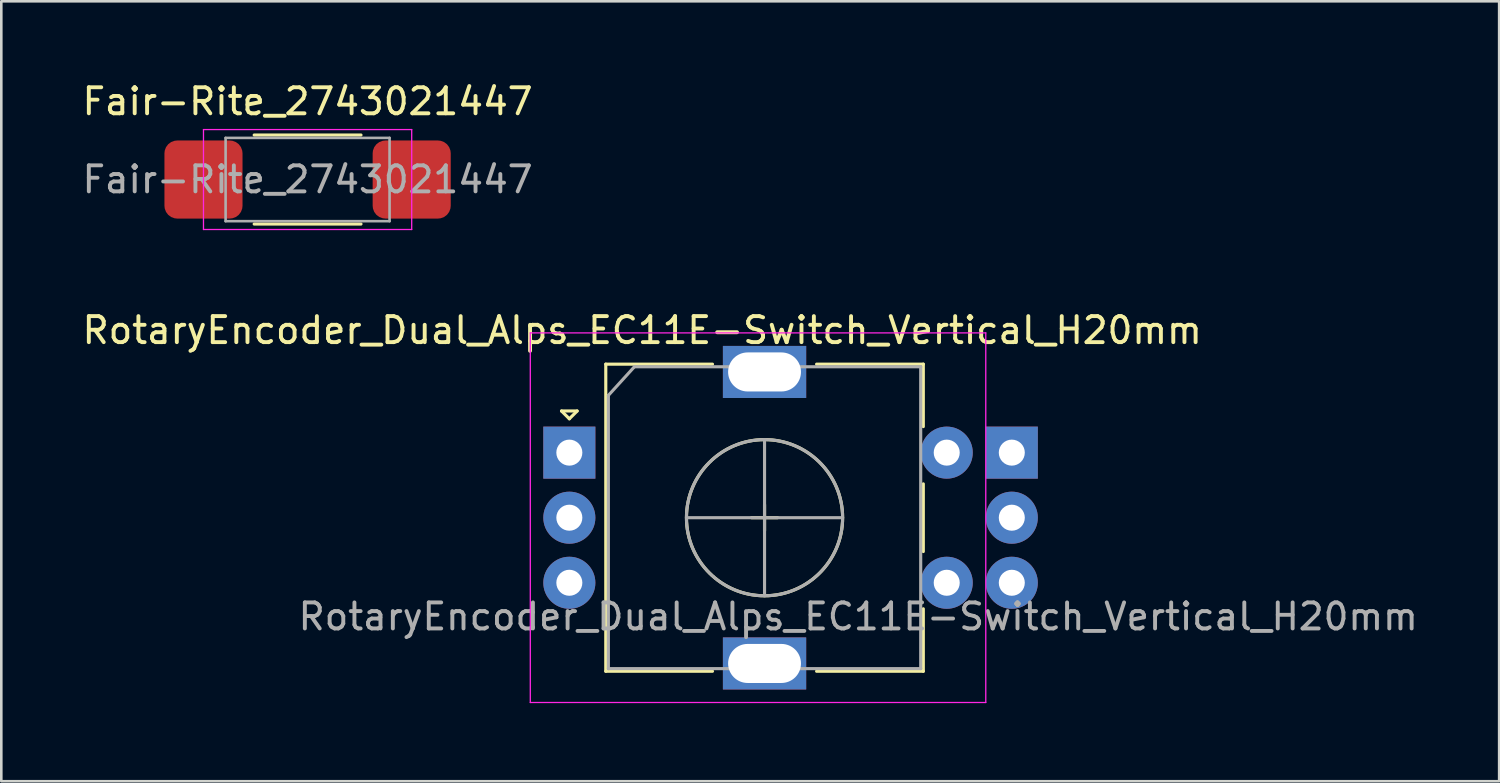
<source format=kicad_pcb>
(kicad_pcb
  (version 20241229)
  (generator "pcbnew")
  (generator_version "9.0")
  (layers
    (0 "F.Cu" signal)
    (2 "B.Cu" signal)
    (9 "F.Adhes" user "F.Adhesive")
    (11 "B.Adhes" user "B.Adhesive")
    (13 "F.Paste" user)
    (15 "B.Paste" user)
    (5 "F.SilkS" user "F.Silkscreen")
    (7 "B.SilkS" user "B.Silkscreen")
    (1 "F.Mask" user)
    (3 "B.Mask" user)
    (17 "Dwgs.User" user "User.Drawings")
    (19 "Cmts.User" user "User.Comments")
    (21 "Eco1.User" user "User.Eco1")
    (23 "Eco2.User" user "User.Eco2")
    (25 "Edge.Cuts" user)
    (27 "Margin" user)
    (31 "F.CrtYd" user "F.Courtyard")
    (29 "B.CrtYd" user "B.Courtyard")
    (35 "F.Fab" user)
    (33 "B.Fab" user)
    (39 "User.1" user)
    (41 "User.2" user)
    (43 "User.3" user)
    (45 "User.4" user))
  (footprint "RotaryEncoder_Dual_Alps_EC11E-Switch_Vertical_H20mm"
    (layer "F.Cu")
    (at 18.825 14.341)
    (property "Reference" "RotaryEncoder_Dual_Alps_EC11E-Switch_Vertical_H20mm" (at 2.8 -4.7 0) (layer "F.SilkS") (effects (font (size 1 1) (thickness 0.15))))
    (attr through_hole)
    (fp_line (start -0.3 -1.6) (end 0.3 -1.6) (stroke (width 0.12) (type solid)) (layer "F.SilkS"))
    (fp_line (start 0 -1.3) (end -0.3 -1.6) (stroke (width 0.12) (type solid)) (layer "F.SilkS"))
    (fp_line (start 0.3 -1.6) (end 0 -1.3) (stroke (width 0.12) (type solid)) (layer "F.SilkS"))
    (fp_line (start 1.4 -3.4) (end 1.4 8.4) (stroke (width 0.12) (type solid)) (layer "F.SilkS"))
    (fp_line (start 5.5 -3.4) (end 1.4 -3.4) (stroke (width 0.12) (type solid)) (layer "F.SilkS"))
    (fp_line (start 5.5 8.4) (end 1.4 8.4) (stroke (width 0.12) (type solid)) (layer "F.SilkS"))
    (fp_line (start 7 2.5) (end 8 2.5) (stroke (width 0.12) (type solid)) (layer "F.SilkS"))
    (fp_line (start 7.5 2) (end 7.5 3) (stroke (width 0.12) (type solid)) (layer "F.SilkS"))
    (fp_line (start 9.5 -3.4) (end 13.6 -3.4) (stroke (width 0.12) (type solid)) (layer "F.SilkS"))
    (fp_line (start 13.6 -3.4) (end 13.6 -1) (stroke (width 0.12) (type solid)) (layer "F.SilkS"))
    (fp_line (start 13.6 1.2) (end 13.6 3.8) (stroke (width 0.12) (type solid)) (layer "F.SilkS"))
    (fp_line (start 13.6 6) (end 13.6 8.4) (stroke (width 0.12) (type solid)) (layer "F.SilkS"))
    (fp_line (start 13.6 8.4) (end 9.5 8.4) (stroke (width 0.12) (type solid)) (layer "F.SilkS"))
    (fp_circle (center 7.5 2.5) (end 10.5 2.5) (stroke (width 0.12) (type solid)) (fill no) (layer "F.SilkS"))
    (fp_line (start -1.5 -4.6) (end -1.5 9.6) (stroke (width 0.05) (type solid)) (layer "F.CrtYd"))
    (fp_line (start -1.5 -4.6) (end 16 -4.6) (stroke (width 0.05) (type solid)) (layer "F.CrtYd"))
    (fp_line (start 16 9.6) (end -1.5 9.6) (stroke (width 0.05) (type solid)) (layer "F.CrtYd"))
    (fp_line (start 16 9.6) (end 16 -4.6) (stroke (width 0.05) (type solid)) (layer "F.CrtYd"))
    (fp_line (start 1.5 -2.2) (end 2.5 -3.3) (stroke (width 0.12) (type solid)) (layer "F.Fab"))
    (fp_line (start 1.5 8.3) (end 1.5 -2.2) (stroke (width 0.12) (type solid)) (layer "F.Fab"))
    (fp_line (start 2.5 -3.3) (end 13.5 -3.3) (stroke (width 0.12) (type solid)) (layer "F.Fab"))
    (fp_line (start 4.5 2.5) (end 10.5 2.5) (stroke (width 0.12) (type solid)) (layer "F.Fab"))
    (fp_line (start 7.5 -0.5) (end 7.5 5.5) (stroke (width 0.12) (type solid)) (layer "F.Fab"))
    (fp_line (start 13.5 -3.3) (end 13.5 8.3) (stroke (width 0.12) (type solid)) (layer "F.Fab"))
    (fp_line (start 13.5 8.3) (end 1.5 8.3) (stroke (width 0.12) (type solid)) (layer "F.Fab"))
    (fp_circle (center 7.5 2.5) (end 10.5 2.5) (stroke (width 0.12) (type solid)) (fill no) (layer "F.Fab"))
    (fp_text user "${REFERENCE}" (at 11.1 6.3 0) (layer "F.Fab") (effects (font (size 1 1) (thickness 0.15))))
    (pad "A" thru_hole rect (at 0 0) (size 2 2) (drill 1) (layers "*.Cu" "*.Mask"))
    (pad "A" thru_hole rect (at 17 0) (size 2 2) (drill 1) (layers "*.Cu" "*.Mask"))
    (pad "B" thru_hole circle (at 0 5) (size 2 2) (drill 1) (layers "*.Cu" "*.Mask"))
    (pad "B" thru_hole circle (at 17 5) (size 2 2) (drill 1) (layers "*.Cu" "*.Mask"))
    (pad "C" thru_hole circle (at 0 2.5) (size 2 2) (drill 1) (layers "*.Cu" "*.Mask"))
    (pad "C" thru_hole circle (at 17 2.5) (size 2 2) (drill 1) (layers "*.Cu" "*.Mask"))
    (pad "MP" thru_hole rect (at 7.5 -3.1) (size 3.2 2) (drill oval 2.8 1.5) (layers "*.Cu" "*.Mask"))
    (pad "MP" thru_hole rect (at 7.5 8.1) (size 3.2 2) (drill oval 2.8 1.5) (layers "*.Cu" "*.Mask"))
    (pad "S1" thru_hole circle (at 14.5 5) (size 2 2) (drill 1) (layers "*.Cu" "*.Mask"))
    (pad "S2" thru_hole circle (at 14.5 0) (size 2 2) (drill 1) (layers "*.Cu" "*.Mask")))
  (footprint "Fair-Rite_2743021447"
    (layer "F.Cu")
    (at 8.768 3.848)
    (property "Reference" "Fair-Rite_2743021447" (at 0 -3 0) (layer "F.SilkS") (effects (font (size 1 1) (thickness 0.15))))
    (attr smd)
    (fp_line (start -2.052 -1.71) (end 2.052 -1.71) (stroke (width 0.12) (type solid)) (layer "F.SilkS"))
    (fp_line (start -2.052 1.71) (end 2.052 1.71) (stroke (width 0.12) (type solid)) (layer "F.SilkS"))
    (fp_line (start -4 -1.92) (end 4 -1.92) (stroke (width 0.05) (type solid)) (layer "F.CrtYd"))
    (fp_line (start -4 1.92) (end -4 -1.92) (stroke (width 0.05) (type solid)) (layer "F.CrtYd"))
    (fp_line (start 4 -1.92) (end 4 1.92) (stroke (width 0.05) (type solid)) (layer "F.CrtYd"))
    (fp_line (start 4 1.92) (end -4 1.92) (stroke (width 0.05) (type solid)) (layer "F.CrtYd"))
    (fp_line (start -3.15 -1.6) (end 3.15 -1.6) (stroke (width 0.1) (type solid)) (layer "F.Fab"))
    (fp_line (start -3.15 1.6) (end -3.15 -1.6) (stroke (width 0.1) (type solid)) (layer "F.Fab"))
    (fp_line (start 3.15 -1.6) (end 3.15 1.6) (stroke (width 0.1) (type solid)) (layer "F.Fab"))
    (fp_line (start 3.15 1.6) (end -3.15 1.6) (stroke (width 0.1) (type solid)) (layer "F.Fab"))
    (fp_text user "${REFERENCE}" (at 0 0 0) (layer "F.Fab") (effects (font (size 1 1) (thickness 0.15))))
    (pad "1" smd roundrect (at -4 0) (size 3 3) (layers "F.Cu" "F.Mask" "F.Paste") (roundrect_rratio 0.164))
    (pad "2" smd roundrect (at 4 0) (size 3 3) (layers "F.Cu" "F.Mask" "F.Paste") (roundrect_rratio 0.164)))
  (gr_rect
    (start -3 -3)
    (end 54.55 26.966)
    (stroke (width 0.1) (type default))
    (fill no)
    (layer "Edge.Cuts")))
</source>
